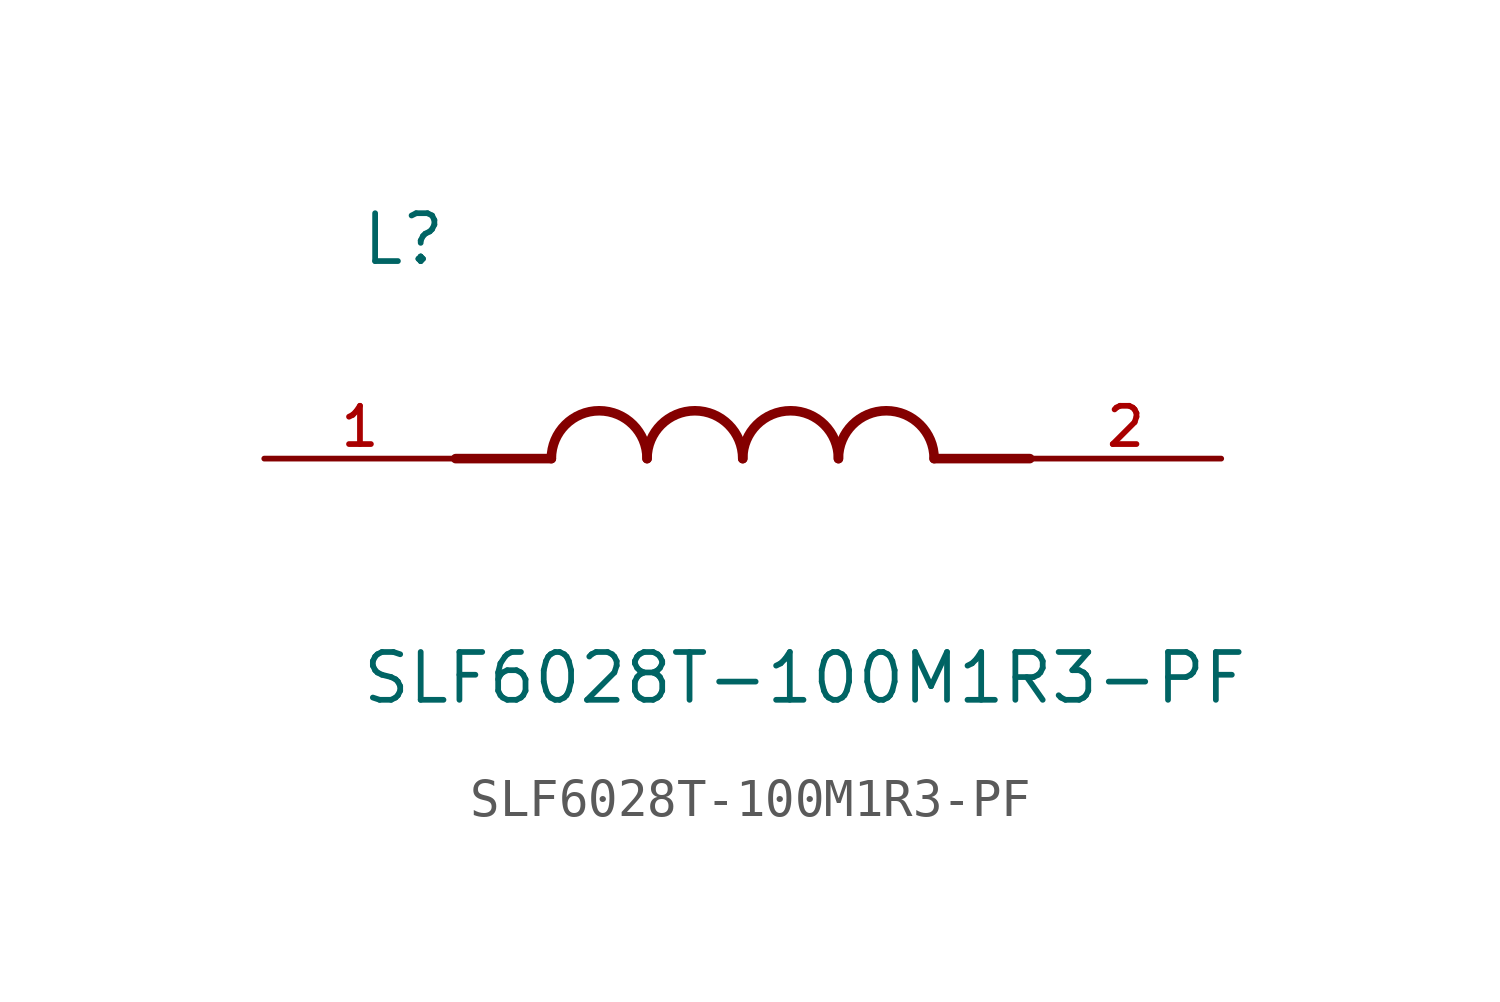
<source format=kicad_sym>
(kicad_symbol_lib
  (version 20211014)
  (generator kicad_symbol_editor)
  (symbol "SLF6028T-100M1R3-PF"
    (pin_names
      (offset 1.016))
    (property "Reference" "L"
      (at -10.16 5.08 0)
      (effects (font (size 1.27 1.27)) (justify bottom left)))
    (property "Value" "SLF6028T-100M1R3-PF"
      (at -10.16 -5.08 0)
      (effects (font (size 1.27 1.27)) (justify top left)))
    (symbol "SLF6028T-100M1R3-PF_0_0"
      (polyline (pts (xy -5.08 0.0) (xy -7.62 0.0)) (stroke (width 0.254)))
      (polyline (pts (xy 5.08 0.0) (xy 7.62 0.0)) (stroke (width 0.254)))
      (arc (start -2.54 0.0) (mid -3.81 1.27) (end -5.08 0.0) (stroke (width 0.254) (type default) (color 0 0 0 0)) (fill (type none)))
      (arc (start 0.0 0.0) (mid -1.27 1.27) (end -2.54 0.0) (stroke (width 0.254) (type default) (color 0 0 0 0)) (fill (type none)))
      (arc (start 2.54 0.0) (mid 1.27 1.27) (end 0.0 0.0) (stroke (width 0.254) (type default) (color 0 0 0 0)) (fill (type none)))
      (arc (start 5.08 0.0) (mid 3.81 1.27) (end 2.54 0.0) (stroke (width 0.254) (type default) (color 0 0 0 0)) (fill (type none)))
      (pin passive line (at -12.7 0.0 0) (length 5.08) (name "~" (effects (font (size 1.016 1.016)))) (number "1" (effects (font (size 1.016 1.016)))))
      (pin passive line (at 12.7 0.0 180.0) (length 5.08) (name "~" (effects (font (size 1.016 1.016)))) (number "2" (effects (font (size 1.016 1.016))))))))
</source>
